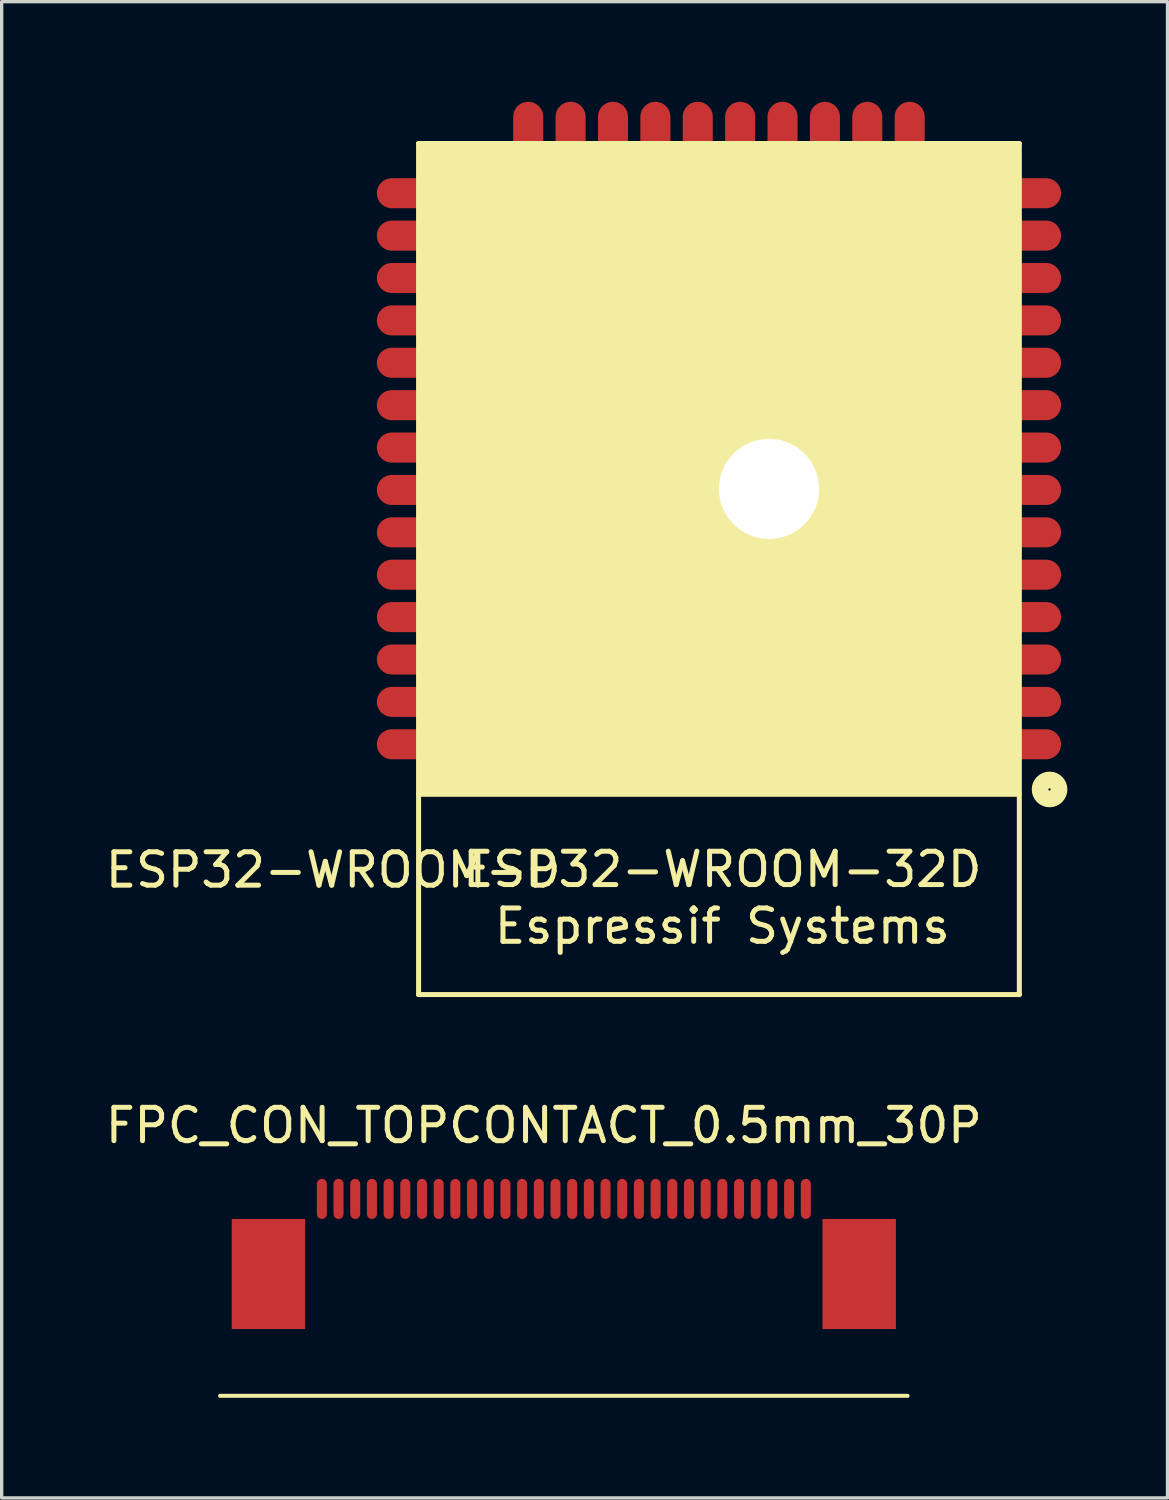
<source format=kicad_pcb>
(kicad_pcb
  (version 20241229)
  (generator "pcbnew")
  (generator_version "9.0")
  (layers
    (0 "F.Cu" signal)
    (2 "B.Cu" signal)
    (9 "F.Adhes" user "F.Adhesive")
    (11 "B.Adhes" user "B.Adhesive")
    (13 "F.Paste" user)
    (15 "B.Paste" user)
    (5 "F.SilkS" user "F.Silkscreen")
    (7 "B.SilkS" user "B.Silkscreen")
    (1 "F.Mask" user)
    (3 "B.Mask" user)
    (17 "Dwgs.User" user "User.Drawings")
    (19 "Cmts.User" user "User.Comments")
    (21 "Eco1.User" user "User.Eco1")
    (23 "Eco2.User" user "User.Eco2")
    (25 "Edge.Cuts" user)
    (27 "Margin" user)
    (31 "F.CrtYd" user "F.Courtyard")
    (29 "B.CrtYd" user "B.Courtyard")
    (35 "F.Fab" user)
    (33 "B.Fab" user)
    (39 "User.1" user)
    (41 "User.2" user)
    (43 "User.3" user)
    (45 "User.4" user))
  (footprint "ESP32-WROOM-D"
    (layer "F.Cu")
    (at 18.492 14)
    (property "Reference" "ESP32-WROOM-D" (at -11.557 9.017 0) (layer "F.SilkS") (effects (font (size 1 1) (thickness 0.15))))
    (attr through_hole)
    (fp_line (start -9 -12.75) (end 9 -12.75) (stroke (width 0.15) (type solid)) (layer "F.SilkS"))
    (fp_line (start -9 6.75) (end 9 6.75) (stroke (width 0.15) (type solid)) (layer "F.SilkS"))
    (fp_line (start -9 12.75) (end -9 -12.75) (stroke (width 0.15) (type solid)) (layer "F.SilkS"))
    (fp_line (start -9 12.75) (end 9 12.75) (stroke (width 0.15) (type solid)) (layer "F.SilkS"))
    (fp_line (start 9 12.75) (end 9 -12.75) (stroke (width 0.15) (type solid)) (layer "F.SilkS"))
    (fp_circle (center 9.906 6.604) (end 10.033 6.858) (stroke (width 0.5) (type solid)) (fill no) (layer "F.SilkS"))
    (fp_poly (pts (xy -9 -12.75) (xy 9 -12.75) (xy 9 6.75) (xy -9 6.75)) (stroke (width 0.1) (type solid)) (fill yes) (layer "F.SilkS"))
    (fp_text user "ESP32-WROOM-32D" (at 0.1 9 180) (layer "F.SilkS") (effects (font (size 1 1) (thickness 0.15))))
    (fp_text user "Espressif Systems" (at 0.1 10.7 180) (layer "F.SilkS") (effects (font (size 1 1) (thickness 0.15))))
    (pad "1" smd oval (at 9 5.25) (size 2.5 0.9) (layers "F.Cu" "F.Mask" "F.Paste"))
    (pad "2" smd oval (at 9 3.98) (size 2.5 0.9) (layers "F.Cu" "F.Mask" "F.Paste"))
    (pad "3" smd oval (at 9 2.71) (size 2.5 0.9) (layers "F.Cu" "F.Mask" "F.Paste"))
    (pad "4" smd oval (at 9 1.44) (size 2.5 0.9) (layers "F.Cu" "F.Mask" "F.Paste"))
    (pad "5" smd oval (at 9 0.17) (size 2.5 0.9) (layers "F.Cu" "F.Mask" "F.Paste"))
    (pad "6" smd oval (at 9 -1.1) (size 2.5 0.9) (layers "F.Cu" "F.Mask" "F.Paste"))
    (pad "7" smd oval (at 9 -2.37) (size 2.5 0.9) (layers "F.Cu" "F.Mask" "F.Paste"))
    (pad "8" smd oval (at 9 -3.64) (size 2.5 0.9) (layers "F.Cu" "F.Mask" "F.Paste"))
    (pad "9" smd oval (at 9 -4.91) (size 2.5 0.9) (layers "F.Cu" "F.Mask" "F.Paste"))
    (pad "10" smd oval (at 9 -6.18) (size 2.5 0.9) (layers "F.Cu" "F.Mask" "F.Paste"))
    (pad "11" smd oval (at 9 -7.45) (size 2.5 0.9) (layers "F.Cu" "F.Mask" "F.Paste"))
    (pad "12" smd oval (at 9 -8.72) (size 2.5 0.9) (layers "F.Cu" "F.Mask" "F.Paste"))
    (pad "13" smd oval (at 9 -9.99) (size 2.5 0.9) (layers "F.Cu" "F.Mask" "F.Paste"))
    (pad "14" smd oval (at 9 -11.26) (size 2.5 0.9) (layers "F.Cu" "F.Mask" "F.Paste"))
    (pad "15" smd oval (at 5.715 -12.75) (size 0.9 2.5) (layers "F.Cu" "F.Mask" "F.Paste"))
    (pad "16" smd oval (at 4.445 -12.75) (size 0.9 2.5) (layers "F.Cu" "F.Mask" "F.Paste"))
    (pad "17" smd oval (at 3.175 -12.75) (size 0.9 2.5) (layers "F.Cu" "F.Mask" "F.Paste"))
    (pad "18" smd oval (at 1.905 -12.75) (size 0.9 2.5) (layers "F.Cu" "F.Mask" "F.Paste"))
    (pad "19" smd oval (at 0.635 -12.75) (size 0.9 2.5) (layers "F.Cu" "F.Mask" "F.Paste"))
    (pad "20" smd oval (at -0.635 -12.75) (size 0.9 2.5) (layers "F.Cu" "F.Mask" "F.Paste"))
    (pad "21" smd oval (at -1.905 -12.75) (size 0.9 2.5) (layers "F.Cu" "F.Mask" "F.Paste"))
    (pad "22" smd oval (at -3.175 -12.75) (size 0.9 2.5) (layers "F.Cu" "F.Mask" "F.Paste"))
    (pad "23" smd oval (at -4.445 -12.75) (size 0.9 2.5) (layers "F.Cu" "F.Mask" "F.Paste"))
    (pad "24" smd oval (at -5.715 -12.75) (size 0.9 2.5) (layers "F.Cu" "F.Mask" "F.Paste"))
    (pad "25" smd oval (at -9 -11.26) (size 2.5 0.9) (layers "F.Cu" "F.Mask" "F.Paste"))
    (pad "26" smd oval (at -9 -9.99) (size 2.5 0.9) (layers "F.Cu" "F.Mask" "F.Paste"))
    (pad "27" smd oval (at -9 -8.72) (size 2.5 0.9) (layers "F.Cu" "F.Mask" "F.Paste"))
    (pad "28" smd oval (at -9 -7.45) (size 2.5 0.9) (layers "F.Cu" "F.Mask" "F.Paste"))
    (pad "29" smd oval (at -9 -6.18) (size 2.5 0.9) (layers "F.Cu" "F.Mask" "F.Paste"))
    (pad "30" smd oval (at -9 -4.91) (size 2.5 0.9) (layers "F.Cu" "F.Mask" "F.Paste"))
    (pad "31" smd oval (at -9 -3.64) (size 2.5 0.9) (layers "F.Cu" "F.Mask" "F.Paste"))
    (pad "32" smd oval (at -9 -2.37) (size 2.5 0.9) (layers "F.Cu" "F.Mask" "F.Paste"))
    (pad "33" smd oval (at -9 -1.1) (size 2.5 0.9) (layers "F.Cu" "F.Mask" "F.Paste"))
    (pad "34" smd oval (at -9 0.17) (size 2.5 0.9) (layers "F.Cu" "F.Mask" "F.Paste"))
    (pad "35" smd oval (at -9 1.44) (size 2.5 0.9) (layers "F.Cu" "F.Mask" "F.Paste"))
    (pad "36" smd oval (at -9 2.71) (size 2.5 0.9) (layers "F.Cu" "F.Mask" "F.Paste"))
    (pad "37" smd oval (at -9 3.98) (size 2.5 0.9) (layers "F.Cu" "F.Mask" "F.Paste"))
    (pad "38" smd oval (at -9 5.25) (size 2.5 0.9) (layers "F.Cu" "F.Mask" "F.Paste"))
    (pad "39" thru_hole circle (at 1.5 -2.4) (size 3.5 3.5) (drill 3) (layers "*.Cu" "*.Mask") (remove_unused_layers yes) (zone_layer_connections))
    (pad "39" smd rect (at 1.5 -2.4) (size 3.6 3.6) (layers "F.Cu" "F.Mask" "F.Paste")))
  (footprint "FPC_CON_TOPCONTACT_0.5mm_30P"
    (layer "F.Cu")
    (at 13.844 32.873)
    (property "Reference" "FPC_CON_TOPCONTACT_0.5mm_30P" (at -0.6 -2.2 0) (layer "F.SilkS") (effects (font (size 1 1) (thickness 0.15))))
    (attr through_hole)
    (fp_line (start -10.3 5.9) (end 10.3 5.9) (stroke (width 0.12) (type solid)) (layer "F.SilkS"))
    (pad "1" smd oval (at -7.25 0) (size 0.3 1.2) (layers "F.Cu" "F.Mask" "F.Paste"))
    (pad "2" smd oval (at -6.75 0) (size 0.3 1.2) (layers "F.Cu" "F.Mask" "F.Paste"))
    (pad "3" smd oval (at -6.25 0) (size 0.3 1.2) (layers "F.Cu" "F.Mask" "F.Paste"))
    (pad "4" smd oval (at -5.75 0) (size 0.3 1.2) (layers "F.Cu" "F.Mask" "F.Paste"))
    (pad "5" smd oval (at -5.25 0) (size 0.3 1.2) (layers "F.Cu" "F.Mask" "F.Paste"))
    (pad "6" smd oval (at -4.75 0) (size 0.3 1.2) (layers "F.Cu" "F.Mask" "F.Paste"))
    (pad "7" smd oval (at -4.25 0) (size 0.3 1.2) (layers "F.Cu" "F.Mask" "F.Paste"))
    (pad "8" smd oval (at -3.75 0) (size 0.3 1.2) (layers "F.Cu" "F.Mask" "F.Paste"))
    (pad "9" smd oval (at -3.25 0) (size 0.3 1.2) (layers "F.Cu" "F.Mask" "F.Paste"))
    (pad "10" smd oval (at -2.75 0) (size 0.3 1.2) (layers "F.Cu" "F.Mask" "F.Paste"))
    (pad "11" smd oval (at -2.25 0) (size 0.3 1.2) (layers "F.Cu" "F.Mask" "F.Paste"))
    (pad "12" smd oval (at -1.75 0) (size 0.3 1.2) (layers "F.Cu" "F.Mask" "F.Paste"))
    (pad "13" smd oval (at -1.25 0) (size 0.3 1.2) (layers "F.Cu" "F.Mask" "F.Paste"))
    (pad "14" smd oval (at -0.75 0) (size 0.3 1.2) (layers "F.Cu" "F.Mask" "F.Paste"))
    (pad "15" smd oval (at -0.25 0) (size 0.3 1.2) (layers "F.Cu" "F.Mask" "F.Paste"))
    (pad "16" smd oval (at 0.25 0) (size 0.3 1.2) (layers "F.Cu" "F.Mask" "F.Paste"))
    (pad "17" smd oval (at 0.75 0) (size 0.3 1.2) (layers "F.Cu" "F.Mask" "F.Paste"))
    (pad "18" smd oval (at 1.25 0) (size 0.3 1.2) (layers "F.Cu" "F.Mask" "F.Paste"))
    (pad "19" smd oval (at 1.75 0) (size 0.3 1.2) (layers "F.Cu" "F.Mask" "F.Paste"))
    (pad "20" smd oval (at 2.25 0) (size 0.3 1.2) (layers "F.Cu" "F.Mask" "F.Paste"))
    (pad "21" smd oval (at 2.75 0) (size 0.3 1.2) (layers "F.Cu" "F.Mask" "F.Paste"))
    (pad "22" smd oval (at 3.25 0) (size 0.3 1.2) (layers "F.Cu" "F.Mask" "F.Paste"))
    (pad "23" smd oval (at 3.75 0) (size 0.3 1.2) (layers "F.Cu" "F.Mask" "F.Paste"))
    (pad "24" smd oval (at 4.25 0) (size 0.3 1.2) (layers "F.Cu" "F.Mask" "F.Paste"))
    (pad "25" smd oval (at 4.75 0) (size 0.3 1.2) (layers "F.Cu" "F.Mask" "F.Paste"))
    (pad "26" smd oval (at 5.25 0) (size 0.3 1.2) (layers "F.Cu" "F.Mask" "F.Paste"))
    (pad "27" smd oval (at 5.75 0) (size 0.3 1.2) (layers "F.Cu" "F.Mask" "F.Paste"))
    (pad "28" smd oval (at 6.25 0) (size 0.3 1.2) (layers "F.Cu" "F.Mask" "F.Paste"))
    (pad "29" smd oval (at 6.75 0) (size 0.3 1.2) (layers "F.Cu" "F.Mask" "F.Paste"))
    (pad "30" smd oval (at 7.25 0) (size 0.3 1.2) (layers "F.Cu" "F.Mask" "F.Paste"))
    (pad "31" smd rect (at -8.85 2.25) (size 2.2 3.3) (layers "F.Cu" "F.Mask" "F.Paste"))
    (pad "31" smd rect (at 8.85 2.25) (size 2.2 3.3) (layers "F.Cu" "F.Mask" "F.Paste")))
  (gr_rect
    (start -3 -3)
    (end 31.932 41.833)
    (stroke (width 0.1) (type default))
    (fill no)
    (layer "Edge.Cuts")))
</source>
